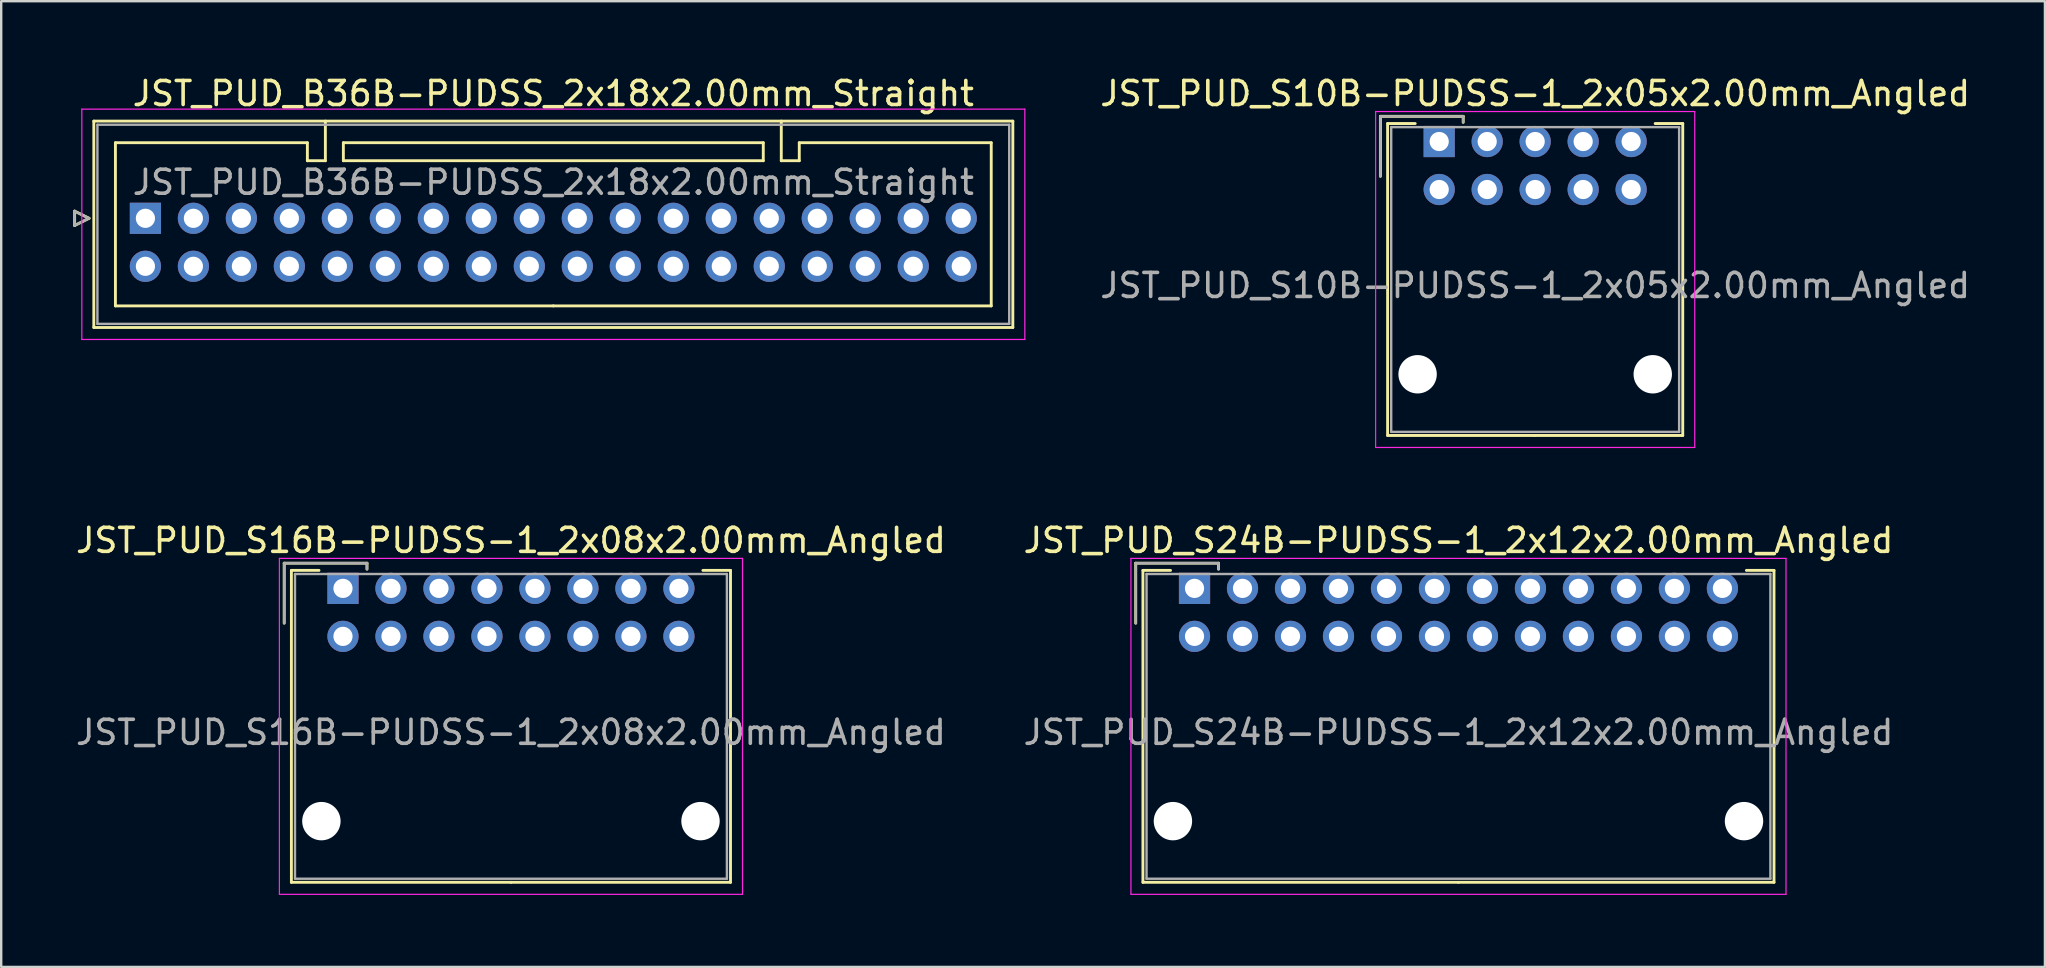
<source format=kicad_pcb>
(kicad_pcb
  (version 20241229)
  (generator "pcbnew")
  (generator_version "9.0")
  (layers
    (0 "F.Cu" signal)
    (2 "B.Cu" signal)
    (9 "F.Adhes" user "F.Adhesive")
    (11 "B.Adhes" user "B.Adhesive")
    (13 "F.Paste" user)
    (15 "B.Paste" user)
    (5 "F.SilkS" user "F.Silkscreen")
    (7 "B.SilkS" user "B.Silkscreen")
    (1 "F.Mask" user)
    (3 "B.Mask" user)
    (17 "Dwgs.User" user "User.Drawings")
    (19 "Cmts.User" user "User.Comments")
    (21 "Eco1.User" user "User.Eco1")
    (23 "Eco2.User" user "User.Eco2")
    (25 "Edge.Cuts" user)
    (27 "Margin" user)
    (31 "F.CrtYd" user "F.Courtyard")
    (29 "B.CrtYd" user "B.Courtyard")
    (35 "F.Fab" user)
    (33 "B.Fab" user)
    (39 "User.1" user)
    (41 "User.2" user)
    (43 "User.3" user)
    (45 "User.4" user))
  (footprint "JST_PUD_S24B-PUDSS-1_2x12x2.00mm_Angled"
    (layer "F.Cu")
    (at 46.732 21.471)
    (property "Reference" "JST_PUD_S24B-PUDSS-1_2x12x2.00mm_Angled" (at 11 -2 0) (layer "F.SilkS") (effects (font (size 1 1) (thickness 0.15))))
    (attr through_hole)
    (fp_line (start -2.45 -1.05) (end -2.45 1.45) (stroke (width 0.12) (type solid)) (layer "F.SilkS"))
    (fp_line (start -2.15 -0.75) (end -2.15 12.25) (stroke (width 0.12) (type solid)) (layer "F.SilkS"))
    (fp_line (start -2.15 12.25) (end 11 12.25) (stroke (width 0.12) (type solid)) (layer "F.SilkS"))
    (fp_line (start -1 -0.75) (end -2.15 -0.75) (stroke (width 0.12) (type solid)) (layer "F.SilkS"))
    (fp_line (start 1 -1.05) (end -2.45 -1.05) (stroke (width 0.12) (type solid)) (layer "F.SilkS"))
    (fp_line (start 1 -0.8) (end 1 -1.05) (stroke (width 0.12) (type solid)) (layer "F.SilkS"))
    (fp_line (start 23 -0.75) (end 24.15 -0.75) (stroke (width 0.12) (type solid)) (layer "F.SilkS"))
    (fp_line (start 24.15 -0.75) (end 24.15 12.25) (stroke (width 0.12) (type solid)) (layer "F.SilkS"))
    (fp_line (start 24.15 12.25) (end 11 12.25) (stroke (width 0.12) (type solid)) (layer "F.SilkS"))
    (fp_line (start -2.65 -1.25) (end -2.65 12.75) (stroke (width 0.05) (type solid)) (layer "F.CrtYd"))
    (fp_line (start -2.65 12.75) (end 24.65 12.75) (stroke (width 0.05) (type solid)) (layer "F.CrtYd"))
    (fp_line (start 24.65 -1.25) (end -2.65 -1.25) (stroke (width 0.05) (type solid)) (layer "F.CrtYd"))
    (fp_line (start 24.65 12.75) (end 24.65 -1.25) (stroke (width 0.05) (type solid)) (layer "F.CrtYd"))
    (fp_line (start -2.45 -1.05) (end -2.45 1.45) (stroke (width 0.1) (type solid)) (layer "F.Fab"))
    (fp_line (start -2 -0.6) (end -2 12.1) (stroke (width 0.1) (type solid)) (layer "F.Fab"))
    (fp_line (start -2 12.1) (end 24 12.1) (stroke (width 0.1) (type solid)) (layer "F.Fab"))
    (fp_line (start 1 -1.05) (end -2.45 -1.05) (stroke (width 0.1) (type solid)) (layer "F.Fab"))
    (fp_line (start 1 -0.8) (end 1 -1.05) (stroke (width 0.1) (type solid)) (layer "F.Fab"))
    (fp_line (start 24 -0.6) (end -2 -0.6) (stroke (width 0.1) (type solid)) (layer "F.Fab"))
    (fp_line (start 24 12.1) (end 24 -0.6) (stroke (width 0.1) (type solid)) (layer "F.Fab"))
    (fp_text user "${REFERENCE}" (at 11 6 0) (layer "F.Fab") (effects (font (size 1 1) (thickness 0.15))))
    (pad "" np_thru_hole circle (at -0.9 9.7) (size 1.6 1.6) (drill 1.6) (layers "*.Cu"))
    (pad "" np_thru_hole circle (at 22.9 9.7) (size 1.6 1.6) (drill 1.6) (layers "*.Cu"))
    (pad "1" thru_hole rect (at 0 0) (size 1.3 1.3) (drill 0.8) (layers "*.Cu" "*.Mask"))
    (pad "2" thru_hole circle (at 0 2) (size 1.3 1.3) (drill 0.8) (layers "*.Cu" "*.Mask"))
    (pad "3" thru_hole circle (at 2 0) (size 1.3 1.3) (drill 0.8) (layers "*.Cu" "*.Mask"))
    (pad "4" thru_hole circle (at 2 2) (size 1.3 1.3) (drill 0.8) (layers "*.Cu" "*.Mask"))
    (pad "5" thru_hole circle (at 4 0) (size 1.3 1.3) (drill 0.8) (layers "*.Cu" "*.Mask"))
    (pad "6" thru_hole circle (at 4 2) (size 1.3 1.3) (drill 0.8) (layers "*.Cu" "*.Mask"))
    (pad "7" thru_hole circle (at 6 0) (size 1.3 1.3) (drill 0.8) (layers "*.Cu" "*.Mask"))
    (pad "8" thru_hole circle (at 6 2) (size 1.3 1.3) (drill 0.8) (layers "*.Cu" "*.Mask"))
    (pad "9" thru_hole circle (at 8 0) (size 1.3 1.3) (drill 0.8) (layers "*.Cu" "*.Mask"))
    (pad "10" thru_hole circle (at 8 2) (size 1.3 1.3) (drill 0.8) (layers "*.Cu" "*.Mask"))
    (pad "11" thru_hole circle (at 10 0) (size 1.3 1.3) (drill 0.8) (layers "*.Cu" "*.Mask"))
    (pad "12" thru_hole circle (at 10 2) (size 1.3 1.3) (drill 0.8) (layers "*.Cu" "*.Mask"))
    (pad "13" thru_hole circle (at 12 0) (size 1.3 1.3) (drill 0.8) (layers "*.Cu" "*.Mask"))
    (pad "14" thru_hole circle (at 12 2) (size 1.3 1.3) (drill 0.8) (layers "*.Cu" "*.Mask"))
    (pad "15" thru_hole circle (at 14 0) (size 1.3 1.3) (drill 0.8) (layers "*.Cu" "*.Mask"))
    (pad "16" thru_hole circle (at 14 2) (size 1.3 1.3) (drill 0.8) (layers "*.Cu" "*.Mask"))
    (pad "17" thru_hole circle (at 16 0) (size 1.3 1.3) (drill 0.8) (layers "*.Cu" "*.Mask"))
    (pad "18" thru_hole circle (at 16 2) (size 1.3 1.3) (drill 0.8) (layers "*.Cu" "*.Mask"))
    (pad "19" thru_hole circle (at 18 0) (size 1.3 1.3) (drill 0.8) (layers "*.Cu" "*.Mask"))
    (pad "20" thru_hole circle (at 18 2) (size 1.3 1.3) (drill 0.8) (layers "*.Cu" "*.Mask"))
    (pad "21" thru_hole circle (at 20 0) (size 1.3 1.3) (drill 0.8) (layers "*.Cu" "*.Mask"))
    (pad "22" thru_hole circle (at 20 2) (size 1.3 1.3) (drill 0.8) (layers "*.Cu" "*.Mask"))
    (pad "23" thru_hole circle (at 22 0) (size 1.3 1.3) (drill 0.8) (layers "*.Cu" "*.Mask"))
    (pad "24" thru_hole circle (at 22 2) (size 1.3 1.3) (drill 0.8) (layers "*.Cu" "*.Mask")))
  (footprint "JST_PUD_S16B-PUDSS-1_2x08x2.00mm_Angled"
    (layer "F.Cu")
    (at 11.244 21.471)
    (property "Reference" "JST_PUD_S16B-PUDSS-1_2x08x2.00mm_Angled" (at 7 -2 0) (layer "F.SilkS") (effects (font (size 1 1) (thickness 0.15))))
    (attr through_hole)
    (fp_line (start -2.45 -1.05) (end -2.45 1.45) (stroke (width 0.12) (type solid)) (layer "F.SilkS"))
    (fp_line (start -2.15 -0.75) (end -2.15 12.25) (stroke (width 0.12) (type solid)) (layer "F.SilkS"))
    (fp_line (start -2.15 12.25) (end 7 12.25) (stroke (width 0.12) (type solid)) (layer "F.SilkS"))
    (fp_line (start -1 -0.75) (end -2.15 -0.75) (stroke (width 0.12) (type solid)) (layer "F.SilkS"))
    (fp_line (start 1 -1.05) (end -2.45 -1.05) (stroke (width 0.12) (type solid)) (layer "F.SilkS"))
    (fp_line (start 1 -0.8) (end 1 -1.05) (stroke (width 0.12) (type solid)) (layer "F.SilkS"))
    (fp_line (start 15 -0.75) (end 16.15 -0.75) (stroke (width 0.12) (type solid)) (layer "F.SilkS"))
    (fp_line (start 16.15 -0.75) (end 16.15 12.25) (stroke (width 0.12) (type solid)) (layer "F.SilkS"))
    (fp_line (start 16.15 12.25) (end 7 12.25) (stroke (width 0.12) (type solid)) (layer "F.SilkS"))
    (fp_line (start -2.65 -1.25) (end -2.65 12.75) (stroke (width 0.05) (type solid)) (layer "F.CrtYd"))
    (fp_line (start -2.65 12.75) (end 16.65 12.75) (stroke (width 0.05) (type solid)) (layer "F.CrtYd"))
    (fp_line (start 16.65 -1.25) (end -2.65 -1.25) (stroke (width 0.05) (type solid)) (layer "F.CrtYd"))
    (fp_line (start 16.65 12.75) (end 16.65 -1.25) (stroke (width 0.05) (type solid)) (layer "F.CrtYd"))
    (fp_line (start -2.45 -1.05) (end -2.45 1.45) (stroke (width 0.1) (type solid)) (layer "F.Fab"))
    (fp_line (start -2 -0.6) (end -2 12.1) (stroke (width 0.1) (type solid)) (layer "F.Fab"))
    (fp_line (start -2 12.1) (end 16 12.1) (stroke (width 0.1) (type solid)) (layer "F.Fab"))
    (fp_line (start 1 -1.05) (end -2.45 -1.05) (stroke (width 0.1) (type solid)) (layer "F.Fab"))
    (fp_line (start 1 -0.8) (end 1 -1.05) (stroke (width 0.1) (type solid)) (layer "F.Fab"))
    (fp_line (start 16 -0.6) (end -2 -0.6) (stroke (width 0.1) (type solid)) (layer "F.Fab"))
    (fp_line (start 16 12.1) (end 16 -0.6) (stroke (width 0.1) (type solid)) (layer "F.Fab"))
    (fp_text user "${REFERENCE}" (at 7 6 0) (layer "F.Fab") (effects (font (size 1 1) (thickness 0.15))))
    (pad "" np_thru_hole circle (at -0.9 9.7) (size 1.6 1.6) (drill 1.6) (layers "*.Cu"))
    (pad "" np_thru_hole circle (at 14.9 9.7) (size 1.6 1.6) (drill 1.6) (layers "*.Cu"))
    (pad "1" thru_hole rect (at 0 0) (size 1.3 1.3) (drill 0.8) (layers "*.Cu" "*.Mask"))
    (pad "2" thru_hole circle (at 0 2) (size 1.3 1.3) (drill 0.8) (layers "*.Cu" "*.Mask"))
    (pad "3" thru_hole circle (at 2 0) (size 1.3 1.3) (drill 0.8) (layers "*.Cu" "*.Mask"))
    (pad "4" thru_hole circle (at 2 2) (size 1.3 1.3) (drill 0.8) (layers "*.Cu" "*.Mask"))
    (pad "5" thru_hole circle (at 4 0) (size 1.3 1.3) (drill 0.8) (layers "*.Cu" "*.Mask"))
    (pad "6" thru_hole circle (at 4 2) (size 1.3 1.3) (drill 0.8) (layers "*.Cu" "*.Mask"))
    (pad "7" thru_hole circle (at 6 0) (size 1.3 1.3) (drill 0.8) (layers "*.Cu" "*.Mask"))
    (pad "8" thru_hole circle (at 6 2) (size 1.3 1.3) (drill 0.8) (layers "*.Cu" "*.Mask"))
    (pad "9" thru_hole circle (at 8 0) (size 1.3 1.3) (drill 0.8) (layers "*.Cu" "*.Mask"))
    (pad "10" thru_hole circle (at 8 2) (size 1.3 1.3) (drill 0.8) (layers "*.Cu" "*.Mask"))
    (pad "11" thru_hole circle (at 10 0) (size 1.3 1.3) (drill 0.8) (layers "*.Cu" "*.Mask"))
    (pad "12" thru_hole circle (at 10 2) (size 1.3 1.3) (drill 0.8) (layers "*.Cu" "*.Mask"))
    (pad "13" thru_hole circle (at 12 0) (size 1.3 1.3) (drill 0.8) (layers "*.Cu" "*.Mask"))
    (pad "14" thru_hole circle (at 12 2) (size 1.3 1.3) (drill 0.8) (layers "*.Cu" "*.Mask"))
    (pad "15" thru_hole circle (at 14 0) (size 1.3 1.3) (drill 0.8) (layers "*.Cu" "*.Mask"))
    (pad "16" thru_hole circle (at 14 2) (size 1.3 1.3) (drill 0.8) (layers "*.Cu" "*.Mask")))
  (footprint "JST_PUD_B36B-PUDSS_2x18x2.00mm_Straight"
    (layer "F.Cu")
    (at 3.01 6.048)
    (property "Reference" "JST_PUD_B36B-PUDSS_2x18x2.00mm_Straight" (at 17 -5.2 0) (layer "F.SilkS") (effects (font (size 1 1) (thickness 0.15))))
    (attr through_hole)
    (fp_line (start -2.95 -0.3) (end -2.35 0) (stroke (width 0.12) (type solid)) (layer "F.SilkS"))
    (fp_line (start -2.95 0.3) (end -2.95 -0.3) (stroke (width 0.12) (type solid)) (layer "F.SilkS"))
    (fp_line (start -2.35 0) (end -2.95 0.3) (stroke (width 0.12) (type solid)) (layer "F.SilkS"))
    (fp_line (start -2.15 -4.05) (end -2.15 4.55) (stroke (width 0.12) (type solid)) (layer "F.SilkS"))
    (fp_line (start -2.15 4.55) (end 36.15 4.55) (stroke (width 0.12) (type solid)) (layer "F.SilkS"))
    (fp_line (start -1.25 -3.15) (end -1.25 3.65) (stroke (width 0.12) (type solid)) (layer "F.SilkS"))
    (fp_line (start -1.25 3.65) (end 17 3.65) (stroke (width 0.12) (type solid)) (layer "F.SilkS"))
    (fp_line (start 6.75 -3.15) (end -1.25 -3.15) (stroke (width 0.12) (type solid)) (layer "F.SilkS"))
    (fp_line (start 6.75 -2.4) (end 6.75 -3.15) (stroke (width 0.12) (type solid)) (layer "F.SilkS"))
    (fp_line (start 7.5 -4.05) (end 7.5 -2.4) (stroke (width 0.12) (type solid)) (layer "F.SilkS"))
    (fp_line (start 7.5 -2.4) (end 6.75 -2.4) (stroke (width 0.12) (type solid)) (layer "F.SilkS"))
    (fp_line (start 8.25 -3.15) (end 8.25 -2.4) (stroke (width 0.12) (type solid)) (layer "F.SilkS"))
    (fp_line (start 8.25 -2.4) (end 25.75 -2.4) (stroke (width 0.12) (type solid)) (layer "F.SilkS"))
    (fp_line (start 25.75 -3.15) (end 8.25 -3.15) (stroke (width 0.12) (type solid)) (layer "F.SilkS"))
    (fp_line (start 25.75 -2.4) (end 25.75 -3.15) (stroke (width 0.12) (type solid)) (layer "F.SilkS"))
    (fp_line (start 26.5 -4.05) (end 26.5 -2.4) (stroke (width 0.12) (type solid)) (layer "F.SilkS"))
    (fp_line (start 26.5 -2.4) (end 27.25 -2.4) (stroke (width 0.12) (type solid)) (layer "F.SilkS"))
    (fp_line (start 27.25 -3.15) (end 35.25 -3.15) (stroke (width 0.12) (type solid)) (layer "F.SilkS"))
    (fp_line (start 27.25 -2.4) (end 27.25 -3.15) (stroke (width 0.12) (type solid)) (layer "F.SilkS"))
    (fp_line (start 35.25 -3.15) (end 35.25 3.65) (stroke (width 0.12) (type solid)) (layer "F.SilkS"))
    (fp_line (start 35.25 3.65) (end 17 3.65) (stroke (width 0.12) (type solid)) (layer "F.SilkS"))
    (fp_line (start 36.15 -4.05) (end -2.15 -4.05) (stroke (width 0.12) (type solid)) (layer "F.SilkS"))
    (fp_line (start 36.15 4.55) (end 36.15 -4.05) (stroke (width 0.12) (type solid)) (layer "F.SilkS"))
    (fp_line (start -2.65 -4.55) (end -2.65 5.05) (stroke (width 0.05) (type solid)) (layer "F.CrtYd"))
    (fp_line (start -2.65 5.05) (end 36.65 5.05) (stroke (width 0.05) (type solid)) (layer "F.CrtYd"))
    (fp_line (start 36.65 -4.55) (end -2.65 -4.55) (stroke (width 0.05) (type solid)) (layer "F.CrtYd"))
    (fp_line (start 36.65 5.05) (end 36.65 -4.55) (stroke (width 0.05) (type solid)) (layer "F.CrtYd"))
    (fp_line (start -2.95 -0.3) (end -2.35 0) (stroke (width 0.1) (type solid)) (layer "F.Fab"))
    (fp_line (start -2.95 0.3) (end -2.95 -0.3) (stroke (width 0.1) (type solid)) (layer "F.Fab"))
    (fp_line (start -2.35 0) (end -2.95 0.3) (stroke (width 0.1) (type solid)) (layer "F.Fab"))
    (fp_line (start -2 -3.9) (end -2 4.4) (stroke (width 0.1) (type solid)) (layer "F.Fab"))
    (fp_line (start -2 4.4) (end 36 4.4) (stroke (width 0.1) (type solid)) (layer "F.Fab"))
    (fp_line (start 36 -3.9) (end -2 -3.9) (stroke (width 0.1) (type solid)) (layer "F.Fab"))
    (fp_line (start 36 4.4) (end 36 -3.9) (stroke (width 0.1) (type solid)) (layer "F.Fab"))
    (fp_text user "${REFERENCE}" (at 17 -1.5 0) (layer "F.Fab") (effects (font (size 1 1) (thickness 0.15))))
    (pad "1" thru_hole rect (at 0 0) (size 1.3 1.3) (drill 0.8) (layers "*.Cu" "*.Mask"))
    (pad "2" thru_hole circle (at 0 2) (size 1.3 1.3) (drill 0.8) (layers "*.Cu" "*.Mask"))
    (pad "3" thru_hole circle (at 2 0) (size 1.3 1.3) (drill 0.8) (layers "*.Cu" "*.Mask"))
    (pad "4" thru_hole circle (at 2 2) (size 1.3 1.3) (drill 0.8) (layers "*.Cu" "*.Mask"))
    (pad "5" thru_hole circle (at 4 0) (size 1.3 1.3) (drill 0.8) (layers "*.Cu" "*.Mask"))
    (pad "6" thru_hole circle (at 4 2) (size 1.3 1.3) (drill 0.8) (layers "*.Cu" "*.Mask"))
    (pad "7" thru_hole circle (at 6 0) (size 1.3 1.3) (drill 0.8) (layers "*.Cu" "*.Mask"))
    (pad "8" thru_hole circle (at 6 2) (size 1.3 1.3) (drill 0.8) (layers "*.Cu" "*.Mask"))
    (pad "9" thru_hole circle (at 8 0) (size 1.3 1.3) (drill 0.8) (layers "*.Cu" "*.Mask"))
    (pad "10" thru_hole circle (at 8 2) (size 1.3 1.3) (drill 0.8) (layers "*.Cu" "*.Mask"))
    (pad "11" thru_hole circle (at 10 0) (size 1.3 1.3) (drill 0.8) (layers "*.Cu" "*.Mask"))
    (pad "12" thru_hole circle (at 10 2) (size 1.3 1.3) (drill 0.8) (layers "*.Cu" "*.Mask"))
    (pad "13" thru_hole circle (at 12 0) (size 1.3 1.3) (drill 0.8) (layers "*.Cu" "*.Mask"))
    (pad "14" thru_hole circle (at 12 2) (size 1.3 1.3) (drill 0.8) (layers "*.Cu" "*.Mask"))
    (pad "15" thru_hole circle (at 14 0) (size 1.3 1.3) (drill 0.8) (layers "*.Cu" "*.Mask"))
    (pad "16" thru_hole circle (at 14 2) (size 1.3 1.3) (drill 0.8) (layers "*.Cu" "*.Mask"))
    (pad "17" thru_hole circle (at 16 0) (size 1.3 1.3) (drill 0.8) (layers "*.Cu" "*.Mask"))
    (pad "18" thru_hole circle (at 16 2) (size 1.3 1.3) (drill 0.8) (layers "*.Cu" "*.Mask"))
    (pad "19" thru_hole circle (at 18 0) (size 1.3 1.3) (drill 0.8) (layers "*.Cu" "*.Mask"))
    (pad "20" thru_hole circle (at 18 2) (size 1.3 1.3) (drill 0.8) (layers "*.Cu" "*.Mask"))
    (pad "21" thru_hole circle (at 20 0) (size 1.3 1.3) (drill 0.8) (layers "*.Cu" "*.Mask"))
    (pad "22" thru_hole circle (at 20 2) (size 1.3 1.3) (drill 0.8) (layers "*.Cu" "*.Mask"))
    (pad "23" thru_hole circle (at 22 0) (size 1.3 1.3) (drill 0.8) (layers "*.Cu" "*.Mask"))
    (pad "24" thru_hole circle (at 22 2) (size 1.3 1.3) (drill 0.8) (layers "*.Cu" "*.Mask"))
    (pad "25" thru_hole circle (at 24 0) (size 1.3 1.3) (drill 0.8) (layers "*.Cu" "*.Mask"))
    (pad "26" thru_hole circle (at 24 2) (size 1.3 1.3) (drill 0.8) (layers "*.Cu" "*.Mask"))
    (pad "27" thru_hole circle (at 26 0) (size 1.3 1.3) (drill 0.8) (layers "*.Cu" "*.Mask"))
    (pad "28" thru_hole circle (at 26 2) (size 1.3 1.3) (drill 0.8) (layers "*.Cu" "*.Mask"))
    (pad "29" thru_hole circle (at 28 0) (size 1.3 1.3) (drill 0.8) (layers "*.Cu" "*.Mask"))
    (pad "30" thru_hole circle (at 28 2) (size 1.3 1.3) (drill 0.8) (layers "*.Cu" "*.Mask"))
    (pad "31" thru_hole circle (at 30 0) (size 1.3 1.3) (drill 0.8) (layers "*.Cu" "*.Mask"))
    (pad "32" thru_hole circle (at 30 2) (size 1.3 1.3) (drill 0.8) (layers "*.Cu" "*.Mask"))
    (pad "33" thru_hole circle (at 32 0) (size 1.3 1.3) (drill 0.8) (layers "*.Cu" "*.Mask"))
    (pad "34" thru_hole circle (at 32 2) (size 1.3 1.3) (drill 0.8) (layers "*.Cu" "*.Mask"))
    (pad "35" thru_hole circle (at 34 0) (size 1.3 1.3) (drill 0.8) (layers "*.Cu" "*.Mask"))
    (pad "36" thru_hole circle (at 34 2) (size 1.3 1.3) (drill 0.8) (layers "*.Cu" "*.Mask")))
  (footprint "JST_PUD_S10B-PUDSS-1_2x05x2.00mm_Angled"
    (layer "F.Cu")
    (at 56.929 2.848)
    (property "Reference" "JST_PUD_S10B-PUDSS-1_2x05x2.00mm_Angled" (at 4 -2 0) (layer "F.SilkS") (effects (font (size 1 1) (thickness 0.15))))
    (attr through_hole)
    (fp_line (start -2.45 -1.05) (end -2.45 1.45) (stroke (width 0.12) (type solid)) (layer "F.SilkS"))
    (fp_line (start -2.15 -0.75) (end -2.15 12.25) (stroke (width 0.12) (type solid)) (layer "F.SilkS"))
    (fp_line (start -2.15 12.25) (end 4 12.25) (stroke (width 0.12) (type solid)) (layer "F.SilkS"))
    (fp_line (start -1 -0.75) (end -2.15 -0.75) (stroke (width 0.12) (type solid)) (layer "F.SilkS"))
    (fp_line (start 1 -1.05) (end -2.45 -1.05) (stroke (width 0.12) (type solid)) (layer "F.SilkS"))
    (fp_line (start 1 -0.8) (end 1 -1.05) (stroke (width 0.12) (type solid)) (layer "F.SilkS"))
    (fp_line (start 9 -0.75) (end 10.15 -0.75) (stroke (width 0.12) (type solid)) (layer "F.SilkS"))
    (fp_line (start 10.15 -0.75) (end 10.15 12.25) (stroke (width 0.12) (type solid)) (layer "F.SilkS"))
    (fp_line (start 10.15 12.25) (end 4 12.25) (stroke (width 0.12) (type solid)) (layer "F.SilkS"))
    (fp_line (start -2.65 -1.25) (end -2.65 12.75) (stroke (width 0.05) (type solid)) (layer "F.CrtYd"))
    (fp_line (start -2.65 12.75) (end 10.65 12.75) (stroke (width 0.05) (type solid)) (layer "F.CrtYd"))
    (fp_line (start 10.65 -1.25) (end -2.65 -1.25) (stroke (width 0.05) (type solid)) (layer "F.CrtYd"))
    (fp_line (start 10.65 12.75) (end 10.65 -1.25) (stroke (width 0.05) (type solid)) (layer "F.CrtYd"))
    (fp_line (start -2.45 -1.05) (end -2.45 1.45) (stroke (width 0.1) (type solid)) (layer "F.Fab"))
    (fp_line (start -2 -0.6) (end -2 12.1) (stroke (width 0.1) (type solid)) (layer "F.Fab"))
    (fp_line (start -2 12.1) (end 10 12.1) (stroke (width 0.1) (type solid)) (layer "F.Fab"))
    (fp_line (start 1 -1.05) (end -2.45 -1.05) (stroke (width 0.1) (type solid)) (layer "F.Fab"))
    (fp_line (start 1 -0.8) (end 1 -1.05) (stroke (width 0.1) (type solid)) (layer "F.Fab"))
    (fp_line (start 10 -0.6) (end -2 -0.6) (stroke (width 0.1) (type solid)) (layer "F.Fab"))
    (fp_line (start 10 12.1) (end 10 -0.6) (stroke (width 0.1) (type solid)) (layer "F.Fab"))
    (fp_text user "${REFERENCE}" (at 4 6 0) (layer "F.Fab") (effects (font (size 1 1) (thickness 0.15))))
    (pad "" np_thru_hole circle (at -0.9 9.7) (size 1.6 1.6) (drill 1.6) (layers "*.Cu"))
    (pad "" np_thru_hole circle (at 8.9 9.7) (size 1.6 1.6) (drill 1.6) (layers "*.Cu"))
    (pad "1" thru_hole rect (at 0 0) (size 1.3 1.3) (drill 0.8) (layers "*.Cu" "*.Mask"))
    (pad "2" thru_hole circle (at 0 2) (size 1.3 1.3) (drill 0.8) (layers "*.Cu" "*.Mask"))
    (pad "3" thru_hole circle (at 2 0) (size 1.3 1.3) (drill 0.8) (layers "*.Cu" "*.Mask"))
    (pad "4" thru_hole circle (at 2 2) (size 1.3 1.3) (drill 0.8) (layers "*.Cu" "*.Mask"))
    (pad "5" thru_hole circle (at 4 0) (size 1.3 1.3) (drill 0.8) (layers "*.Cu" "*.Mask"))
    (pad "6" thru_hole circle (at 4 2) (size 1.3 1.3) (drill 0.8) (layers "*.Cu" "*.Mask"))
    (pad "7" thru_hole circle (at 6 0) (size 1.3 1.3) (drill 0.8) (layers "*.Cu" "*.Mask"))
    (pad "8" thru_hole circle (at 6 2) (size 1.3 1.3) (drill 0.8) (layers "*.Cu" "*.Mask"))
    (pad "9" thru_hole circle (at 8 0) (size 1.3 1.3) (drill 0.8) (layers "*.Cu" "*.Mask"))
    (pad "10" thru_hole circle (at 8 2) (size 1.3 1.3) (drill 0.8) (layers "*.Cu" "*.Mask")))
  (gr_rect
    (start -3 -3)
    (end 82.173 37.246)
    (stroke (width 0.1) (type default))
    (fill no)
    (layer "Edge.Cuts")))
</source>
